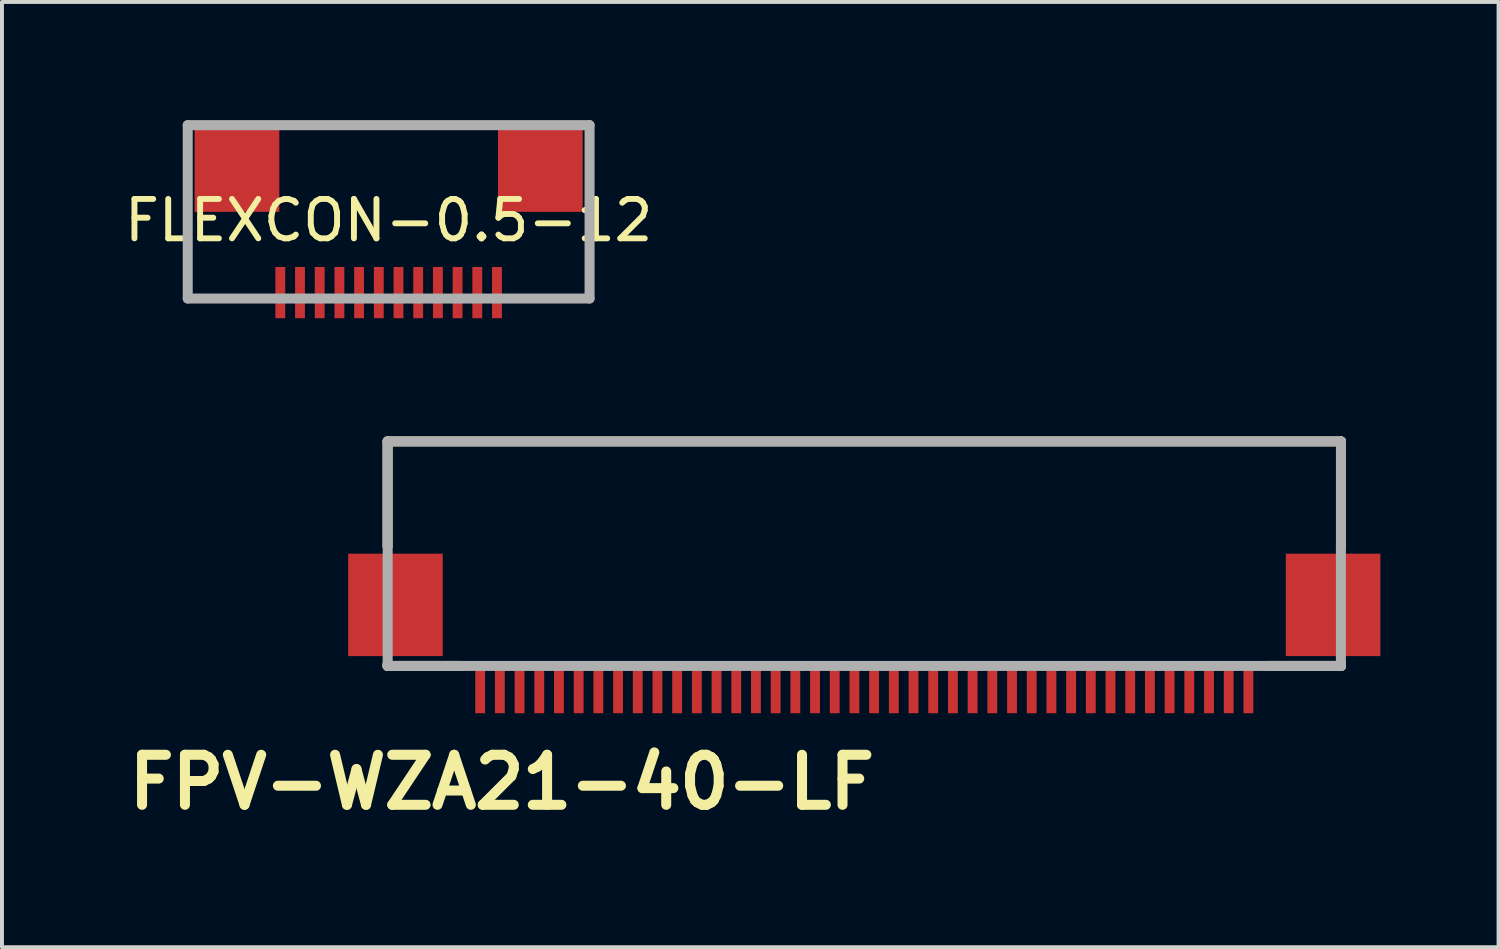
<source format=kicad_pcb>
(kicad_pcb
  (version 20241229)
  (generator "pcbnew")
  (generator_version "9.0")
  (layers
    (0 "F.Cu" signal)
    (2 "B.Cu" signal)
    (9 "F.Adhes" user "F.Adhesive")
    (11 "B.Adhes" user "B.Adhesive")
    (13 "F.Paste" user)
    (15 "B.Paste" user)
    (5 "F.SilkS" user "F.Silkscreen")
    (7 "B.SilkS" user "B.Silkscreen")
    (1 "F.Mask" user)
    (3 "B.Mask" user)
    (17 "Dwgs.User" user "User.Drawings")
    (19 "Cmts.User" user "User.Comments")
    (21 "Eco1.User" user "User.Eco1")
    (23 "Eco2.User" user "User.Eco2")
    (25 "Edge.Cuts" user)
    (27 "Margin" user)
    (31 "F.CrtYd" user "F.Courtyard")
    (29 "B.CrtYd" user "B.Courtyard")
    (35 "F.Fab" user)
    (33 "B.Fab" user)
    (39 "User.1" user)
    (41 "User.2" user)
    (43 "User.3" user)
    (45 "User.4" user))
  (footprint "FPV-WZA21-40-LF"
    (layer "F.Cu")
    (at 18.888 11.654)
    (property "Reference" "FPV-WZA21-40-LF" (at -9.2 5.15 0) (layer "F.SilkS") (effects (font (size 1.27 1.27) (thickness 0.254))))
    (attr smd)
    (fp_line (start -12.1 -3.5) (end 12.1 -3.5) (stroke (width 0.254) (type solid)) (layer "F.SilkS"))
    (fp_line (start -12.1 -0.84) (end -12.1 -3.5) (stroke (width 0.254) (type solid)) (layer "F.SilkS"))
    (fp_line (start -12.1 2.2) (end -12.1 2.16) (stroke (width 0.254) (type solid)) (layer "F.SilkS"))
    (fp_line (start -10.25 2.2) (end -12.1 2.2) (stroke (width 0.254) (type solid)) (layer "F.SilkS"))
    (fp_line (start 12.1 -3.5) (end 12.1 -0.84) (stroke (width 0.254) (type solid)) (layer "F.SilkS"))
    (fp_line (start 12.1 2.16) (end 12.1 2.2) (stroke (width 0.254) (type solid)) (layer "F.SilkS"))
    (fp_line (start 12.1 2.2) (end 10.25 2.2) (stroke (width 0.254) (type solid)) (layer "F.SilkS"))
    (fp_line (start -12.1 -3.5) (end -12.1 -0.85) (stroke (width 0.254) (type solid)) (layer "F.Fab"))
    (fp_line (start -12.1 2.15) (end -12.1 2.2) (stroke (width 0.254) (type solid)) (layer "F.Fab"))
    (fp_line (start -12.1 2.2) (end -10.25 2.2) (stroke (width 0.254) (type solid)) (layer "F.Fab"))
    (fp_line (start -12.098 2.159) (end -12.098 -0.838) (stroke (width 0.254) (type solid)) (layer "F.Fab"))
    (fp_line (start 10.249 2.2) (end -10.249 2.2) (stroke (width 0.254) (type solid)) (layer "F.Fab"))
    (fp_line (start 12.098 -0.838) (end 12.098 2.159) (stroke (width 0.254) (type solid)) (layer "F.Fab"))
    (fp_line (start 12.1 -3.5) (end -12.1 -3.5) (stroke (width 0.254) (type solid)) (layer "F.Fab"))
    (fp_line (start 12.1 -0.85) (end 12.1 -3.5) (stroke (width 0.254) (type solid)) (layer "F.Fab"))
    (fp_line (start 12.1 2.15) (end 12.1 2.2) (stroke (width 0.254) (type solid)) (layer "F.Fab"))
    (fp_line (start 12.1 2.2) (end 10.25 2.2) (stroke (width 0.254) (type solid)) (layer "F.Fab"))
    (pad "1" smd rect (at -9.75 2.75 180) (size 0.25 1.3) (layers "F.Cu" "F.Mask" "F.Paste"))
    (pad "2" smd rect (at -9.25 2.75 180) (size 0.25 1.3) (layers "F.Cu" "F.Mask" "F.Paste"))
    (pad "3" smd rect (at -8.75 2.75 180) (size 0.25 1.3) (layers "F.Cu" "F.Mask" "F.Paste"))
    (pad "4" smd rect (at -8.25 2.75 180) (size 0.25 1.3) (layers "F.Cu" "F.Mask" "F.Paste"))
    (pad "5" smd rect (at -7.75 2.75 180) (size 0.25 1.3) (layers "F.Cu" "F.Mask" "F.Paste"))
    (pad "6" smd rect (at -7.25 2.75 180) (size 0.25 1.3) (layers "F.Cu" "F.Mask" "F.Paste"))
    (pad "7" smd rect (at -6.75 2.75 180) (size 0.25 1.3) (layers "F.Cu" "F.Mask" "F.Paste"))
    (pad "8" smd rect (at -6.25 2.75 180) (size 0.25 1.3) (layers "F.Cu" "F.Mask" "F.Paste"))
    (pad "9" smd rect (at -5.75 2.75 180) (size 0.25 1.3) (layers "F.Cu" "F.Mask" "F.Paste"))
    (pad "10" smd rect (at -5.25 2.75 180) (size 0.25 1.3) (layers "F.Cu" "F.Mask" "F.Paste"))
    (pad "11" smd rect (at -4.75 2.75 180) (size 0.25 1.3) (layers "F.Cu" "F.Mask" "F.Paste"))
    (pad "12" smd rect (at -4.25 2.75 180) (size 0.25 1.3) (layers "F.Cu" "F.Mask" "F.Paste"))
    (pad "13" smd rect (at -3.75 2.75 180) (size 0.25 1.3) (layers "F.Cu" "F.Mask" "F.Paste"))
    (pad "14" smd rect (at -3.25 2.75 180) (size 0.25 1.3) (layers "F.Cu" "F.Mask" "F.Paste"))
    (pad "15" smd rect (at -2.75 2.75 180) (size 0.25 1.3) (layers "F.Cu" "F.Mask" "F.Paste"))
    (pad "16" smd rect (at -2.25 2.75 180) (size 0.25 1.3) (layers "F.Cu" "F.Mask" "F.Paste"))
    (pad "17" smd rect (at -1.75 2.75 180) (size 0.25 1.3) (layers "F.Cu" "F.Mask" "F.Paste"))
    (pad "18" smd rect (at -1.25 2.75 180) (size 0.25 1.3) (layers "F.Cu" "F.Mask" "F.Paste"))
    (pad "19" smd rect (at -0.75 2.75 180) (size 0.25 1.3) (layers "F.Cu" "F.Mask" "F.Paste"))
    (pad "20" smd rect (at -0.25 2.75 180) (size 0.25 1.3) (layers "F.Cu" "F.Mask" "F.Paste"))
    (pad "21" smd rect (at 0.25 2.75 180) (size 0.25 1.3) (layers "F.Cu" "F.Mask" "F.Paste"))
    (pad "22" smd rect (at 0.75 2.75 180) (size 0.25 1.3) (layers "F.Cu" "F.Mask" "F.Paste"))
    (pad "23" smd rect (at 1.25 2.75 180) (size 0.25 1.3) (layers "F.Cu" "F.Mask" "F.Paste"))
    (pad "24" smd rect (at 1.75 2.75 180) (size 0.25 1.3) (layers "F.Cu" "F.Mask" "F.Paste"))
    (pad "25" smd rect (at 2.25 2.75 180) (size 0.25 1.3) (layers "F.Cu" "F.Mask" "F.Paste"))
    (pad "26" smd rect (at 2.75 2.75 180) (size 0.25 1.3) (layers "F.Cu" "F.Mask" "F.Paste"))
    (pad "27" smd rect (at 3.25 2.75 180) (size 0.25 1.3) (layers "F.Cu" "F.Mask" "F.Paste"))
    (pad "28" smd rect (at 3.75 2.75 180) (size 0.25 1.3) (layers "F.Cu" "F.Mask" "F.Paste"))
    (pad "29" smd rect (at 4.25 2.75 180) (size 0.25 1.3) (layers "F.Cu" "F.Mask" "F.Paste"))
    (pad "30" smd rect (at 4.75 2.75 180) (size 0.25 1.3) (layers "F.Cu" "F.Mask" "F.Paste"))
    (pad "31" smd rect (at 5.25 2.75 180) (size 0.25 1.3) (layers "F.Cu" "F.Mask" "F.Paste"))
    (pad "32" smd rect (at 5.75 2.75 180) (size 0.25 1.3) (layers "F.Cu" "F.Mask" "F.Paste"))
    (pad "33" smd rect (at 6.25 2.75 180) (size 0.25 1.3) (layers "F.Cu" "F.Mask" "F.Paste"))
    (pad "34" smd rect (at 6.75 2.75 180) (size 0.25 1.3) (layers "F.Cu" "F.Mask" "F.Paste"))
    (pad "35" smd rect (at 7.25 2.75 180) (size 0.25 1.3) (layers "F.Cu" "F.Mask" "F.Paste"))
    (pad "36" smd rect (at 7.75 2.75 180) (size 0.25 1.3) (layers "F.Cu" "F.Mask" "F.Paste"))
    (pad "37" smd rect (at 8.25 2.75 180) (size 0.25 1.3) (layers "F.Cu" "F.Mask" "F.Paste"))
    (pad "38" smd rect (at 8.75 2.75 180) (size 0.25 1.3) (layers "F.Cu" "F.Mask" "F.Paste"))
    (pad "39" smd rect (at 9.25 2.75 180) (size 0.25 1.3) (layers "F.Cu" "F.Mask" "F.Paste"))
    (pad "40" smd rect (at 9.75 2.75 180) (size 0.25 1.3) (layers "F.Cu" "F.Mask" "F.Paste"))
    (pad "P1" smd rect (at -11.9 0.65 180) (size 2.4 2.6) (layers "F.Cu" "F.Mask" "F.Paste"))
    (pad "P2" smd rect (at 11.9 0.65 180) (size 2.4 2.6) (layers "F.Cu" "F.Mask" "F.Paste")))
  (footprint "FLEXCON-0.5-12"
    (layer "F.Cu")
    (at 6.815 2.545)
    (property "Reference" "FLEXCON-0.5-12" (at 0 0 0) (layer "F.SilkS") (effects (font (size 1 1) (thickness 0.15))))
    (attr through_hole)
    (fp_line (start -5.1 -2.418) (end -5.1 1.982) (stroke (width 0.254) (type solid)) (layer "F.Fab"))
    (fp_line (start -5.1 1.982) (end 5.1 1.982) (stroke (width 0.254) (type solid)) (layer "F.Fab"))
    (fp_line (start 5.1 -2.418) (end -5.1 -2.418) (stroke (width 0.254) (type solid)) (layer "F.Fab"))
    (fp_line (start 5.1 1.982) (end 5.1 -2.418) (stroke (width 0.254) (type solid)) (layer "F.Fab"))
    (pad "0" smd rect (at -3.85 -1.318 180) (size 2.15 2.2) (layers "F.Cu" "F.Mask" "F.Paste"))
    (pad "0" smd rect (at 3.85 -1.318 180) (size 2.15 2.2) (layers "F.Cu" "F.Mask" "F.Paste"))
    (pad "1" smd rect (at -2.75 1.832 180) (size 0.25 1.3) (layers "F.Cu" "F.Mask" "F.Paste"))
    (pad "2" smd rect (at -2.25 1.832 180) (size 0.25 1.3) (layers "F.Cu" "F.Mask" "F.Paste"))
    (pad "3" smd rect (at -1.75 1.832 180) (size 0.25 1.3) (layers "F.Cu" "F.Mask" "F.Paste"))
    (pad "4" smd rect (at -1.25 1.832 180) (size 0.25 1.3) (layers "F.Cu" "F.Mask" "F.Paste"))
    (pad "5" smd rect (at -0.75 1.832 180) (size 0.25 1.3) (layers "F.Cu" "F.Mask" "F.Paste"))
    (pad "6" smd rect (at -0.25 1.832 180) (size 0.25 1.3) (layers "F.Cu" "F.Mask" "F.Paste"))
    (pad "7" smd rect (at 0.25 1.832 180) (size 0.25 1.3) (layers "F.Cu" "F.Mask" "F.Paste"))
    (pad "8" smd rect (at 0.75 1.832 180) (size 0.25 1.3) (layers "F.Cu" "F.Mask" "F.Paste"))
    (pad "9" smd rect (at 1.25 1.832 180) (size 0.25 1.3) (layers "F.Cu" "F.Mask" "F.Paste"))
    (pad "10" smd rect (at 1.75 1.832 180) (size 0.25 1.3) (layers "F.Cu" "F.Mask" "F.Paste"))
    (pad "11" smd rect (at 2.25 1.832 180) (size 0.25 1.3) (layers "F.Cu" "F.Mask" "F.Paste"))
    (pad "12" smd rect (at 2.75 1.832 180) (size 0.25 1.3) (layers "F.Cu" "F.Mask" "F.Paste")))
  (gr_rect
    (start -3 -3)
    (end 34.988 20.993)
    (stroke (width 0.1) (type default))
    (fill no)
    (layer "Edge.Cuts")))
</source>
